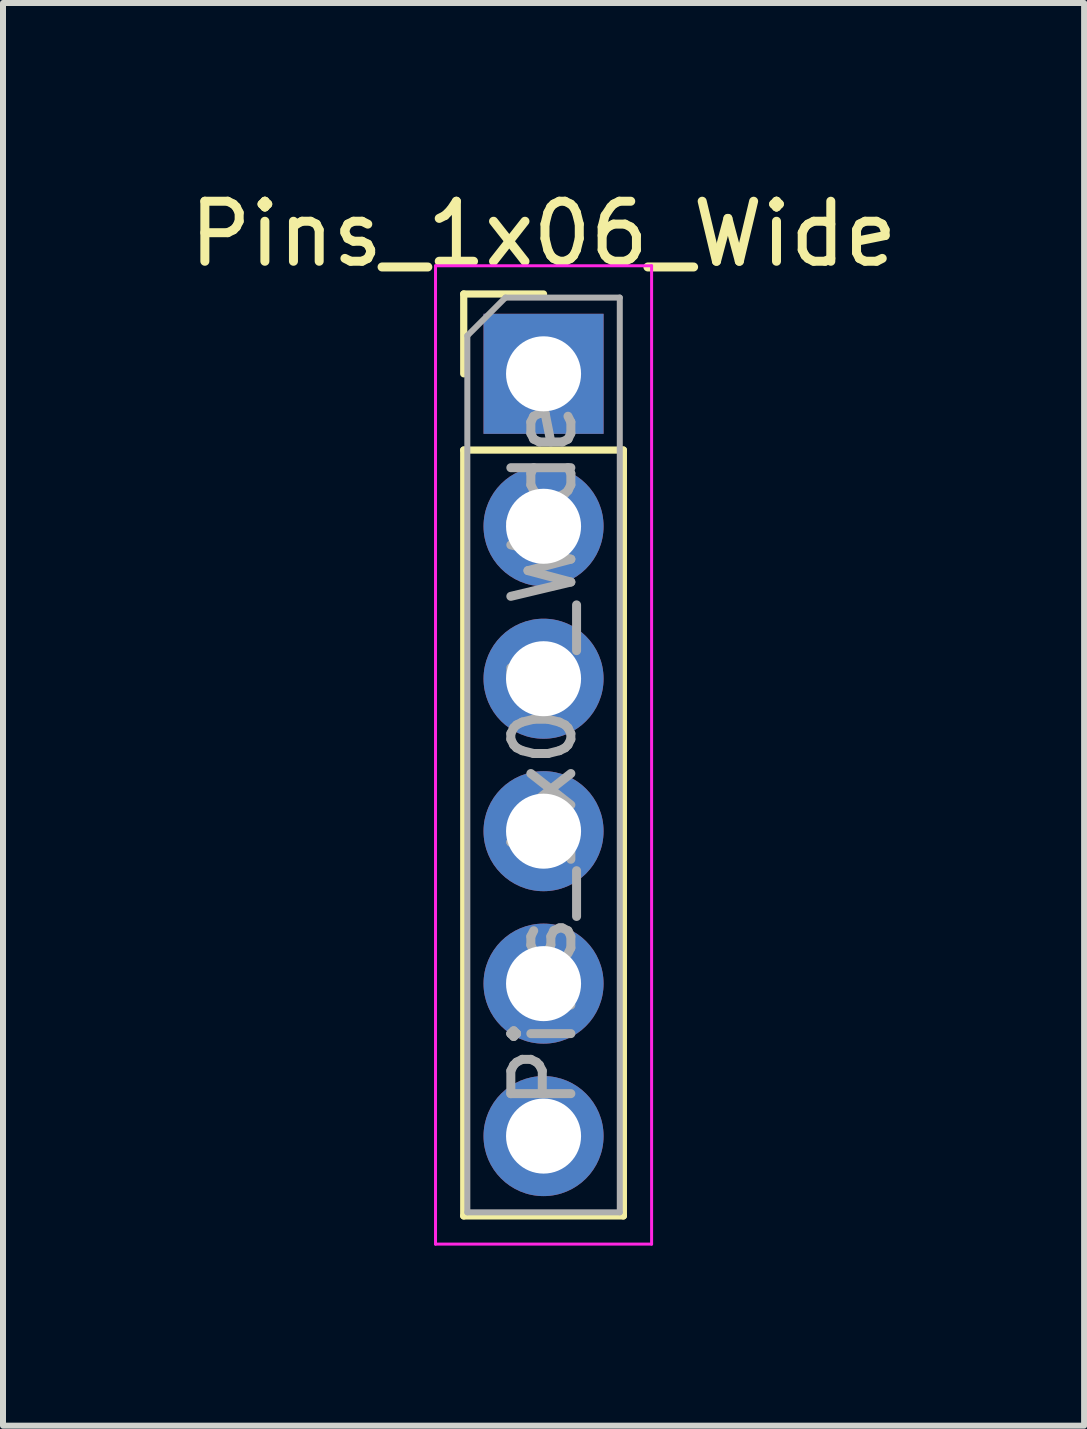
<source format=kicad_pcb>
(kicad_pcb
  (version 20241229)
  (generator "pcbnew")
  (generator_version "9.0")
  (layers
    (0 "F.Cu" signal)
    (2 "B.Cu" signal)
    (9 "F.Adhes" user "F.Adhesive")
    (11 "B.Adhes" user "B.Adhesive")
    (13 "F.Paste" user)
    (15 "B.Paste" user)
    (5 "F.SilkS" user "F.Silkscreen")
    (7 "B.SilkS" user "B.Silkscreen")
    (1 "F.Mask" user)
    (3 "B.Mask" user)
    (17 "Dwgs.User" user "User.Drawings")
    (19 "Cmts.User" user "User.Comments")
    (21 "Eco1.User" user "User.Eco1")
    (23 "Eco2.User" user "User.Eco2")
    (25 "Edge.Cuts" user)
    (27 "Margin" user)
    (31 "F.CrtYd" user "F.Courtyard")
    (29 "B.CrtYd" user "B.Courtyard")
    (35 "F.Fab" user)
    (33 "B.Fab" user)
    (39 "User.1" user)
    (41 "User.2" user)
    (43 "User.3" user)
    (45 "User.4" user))
  (footprint "Pins_1x06_Wide"
    (layer "F.Cu")
    (at 6.006 3.178)
    (property "Reference" "Pins_1x06_Wide" (at 0 -2.33 0) (layer "F.SilkS") (effects (font (size 1 1) (thickness 0.15))))
    (attr through_hole)
    (fp_line (start -1.33 -1.33) (end 0 -1.33) (stroke (width 0.12) (type solid)) (layer "F.SilkS"))
    (fp_line (start -1.33 0) (end -1.33 -1.33) (stroke (width 0.12) (type solid)) (layer "F.SilkS"))
    (fp_line (start -1.33 1.27) (end -1.33 14.03) (stroke (width 0.12) (type solid)) (layer "F.SilkS"))
    (fp_line (start -1.33 1.27) (end 1.33 1.27) (stroke (width 0.12) (type solid)) (layer "F.SilkS"))
    (fp_line (start -1.33 14.03) (end 1.33 14.03) (stroke (width 0.12) (type solid)) (layer "F.SilkS"))
    (fp_line (start 1.33 1.27) (end 1.33 14.03) (stroke (width 0.12) (type solid)) (layer "F.SilkS"))
    (fp_line (start -1.8 -1.8) (end -1.8 14.5) (stroke (width 0.05) (type solid)) (layer "F.CrtYd"))
    (fp_line (start -1.8 14.5) (end 1.8 14.5) (stroke (width 0.05) (type solid)) (layer "F.CrtYd"))
    (fp_line (start 1.8 -1.8) (end -1.8 -1.8) (stroke (width 0.05) (type solid)) (layer "F.CrtYd"))
    (fp_line (start 1.8 14.5) (end 1.8 -1.8) (stroke (width 0.05) (type solid)) (layer "F.CrtYd"))
    (fp_line (start -1.27 -0.635) (end -0.635 -1.27) (stroke (width 0.1) (type solid)) (layer "F.Fab"))
    (fp_line (start -1.27 13.97) (end -1.27 -0.635) (stroke (width 0.1) (type solid)) (layer "F.Fab"))
    (fp_line (start -0.635 -1.27) (end 1.27 -1.27) (stroke (width 0.1) (type solid)) (layer "F.Fab"))
    (fp_line (start 1.27 -1.27) (end 1.27 13.97) (stroke (width 0.1) (type solid)) (layer "F.Fab"))
    (fp_line (start 1.27 13.97) (end -1.27 13.97) (stroke (width 0.1) (type solid)) (layer "F.Fab"))
    (fp_text user "${REFERENCE}" (at 0 6.35 90) (layer "F.Fab") (effects (font (size 1 1) (thickness 0.15))))
    (pad "1" thru_hole rect (at 0 0) (size 2 2) (drill 1.25) (layers "*.Cu" "*.Mask"))
    (pad "2" thru_hole oval (at 0 2.54) (size 2 2) (drill 1.25) (layers "*.Cu" "*.Mask"))
    (pad "3" thru_hole oval (at 0 5.08) (size 2 2) (drill 1.25) (layers "*.Cu" "*.Mask"))
    (pad "4" thru_hole oval (at 0 7.62) (size 2 2) (drill 1.25) (layers "*.Cu" "*.Mask"))
    (pad "5" thru_hole oval (at 0 10.16) (size 2 2) (drill 1.25) (layers "*.Cu" "*.Mask"))
    (pad "6" thru_hole oval (at 0 12.7) (size 2 2) (drill 1.25) (layers "*.Cu" "*.Mask")))
  (gr_rect
    (start -3 -3)
    (end 15.012 20.703)
    (stroke (width 0.1) (type default))
    (fill no)
    (layer "Edge.Cuts")))
</source>
